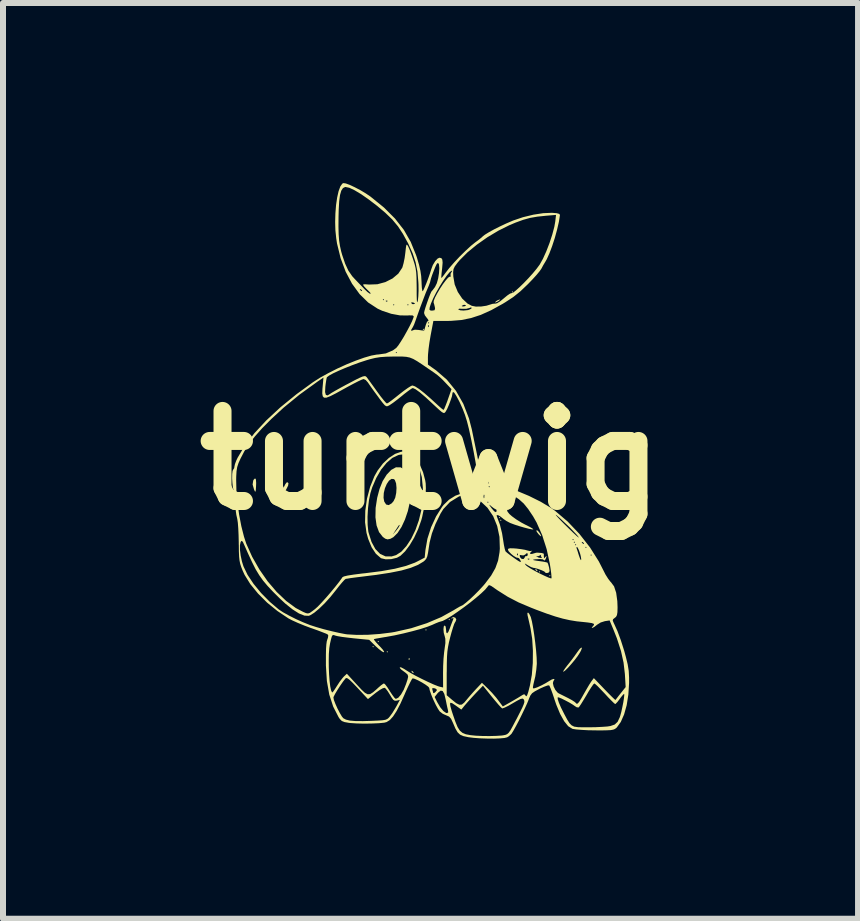
<source format=kicad_pcb>
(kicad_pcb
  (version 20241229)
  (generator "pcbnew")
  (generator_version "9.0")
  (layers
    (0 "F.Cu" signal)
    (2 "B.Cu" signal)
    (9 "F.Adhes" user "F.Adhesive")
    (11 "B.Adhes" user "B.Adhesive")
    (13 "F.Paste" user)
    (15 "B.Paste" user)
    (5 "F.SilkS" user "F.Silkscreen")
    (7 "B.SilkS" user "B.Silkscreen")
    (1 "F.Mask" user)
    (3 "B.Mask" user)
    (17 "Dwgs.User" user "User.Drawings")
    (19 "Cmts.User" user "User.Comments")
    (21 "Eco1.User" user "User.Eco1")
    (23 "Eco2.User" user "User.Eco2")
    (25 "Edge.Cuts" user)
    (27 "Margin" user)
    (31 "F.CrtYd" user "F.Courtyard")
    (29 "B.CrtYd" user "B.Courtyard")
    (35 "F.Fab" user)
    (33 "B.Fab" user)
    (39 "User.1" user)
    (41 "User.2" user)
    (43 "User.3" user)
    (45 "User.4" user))
  (footprint "turtwig"
    (layer "F.Cu")
    (at 4.121 4.617)
    (property "Reference" "turtwig" (at 0 0 0) (layer "F.SilkS") (effects (font (size 1.5 1.5) (thickness 0.3))))
    (attr board_only exclude_from_pos_files exclude_from_bom)
    (fp_poly (pts (xy -0.946 3.105) (xy -0.956 3.116) (xy -0.967 3.105) (xy -0.956 3.094)) (stroke (width 0) (type solid)) (fill yes) (layer "F.SilkS"))
    (fp_poly (pts (xy -0.86 3.019) (xy -0.87 3.03) (xy -0.881 3.019) (xy -0.87 3.008)) (stroke (width 0) (type solid)) (fill yes) (layer "F.SilkS"))
    (fp_poly (pts (xy -0.709 3.191) (xy -0.72 3.202) (xy -0.731 3.191) (xy -0.72 3.18)) (stroke (width 0) (type solid)) (fill yes) (layer "F.SilkS"))
    (fp_poly (pts (xy -0.107 -2.181) (xy -0.118 -2.17) (xy -0.129 -2.181) (xy -0.118 -2.192)) (stroke (width 0) (type solid)) (fill yes) (layer "F.SilkS"))
    (fp_poly (pts (xy -0.064 2.826) (xy -0.075 2.837) (xy -0.086 2.826) (xy -0.075 2.815)) (stroke (width 0) (type solid)) (fill yes) (layer "F.SilkS"))
    (fp_poly (pts (xy 0.322 2.654) (xy 0.312 2.665) (xy 0.301 2.654) (xy 0.312 2.643)) (stroke (width 0) (type solid)) (fill yes) (layer "F.SilkS"))
    (fp_poly (pts (xy 1.16 0.956) (xy 1.15 0.967) (xy 1.139 0.956) (xy 1.15 0.946)) (stroke (width 0) (type solid)) (fill yes) (layer "F.SilkS"))
    (fp_poly (pts (xy 1.182 0.999) (xy 1.171 1.01) (xy 1.16 0.999) (xy 1.171 0.988)) (stroke (width 0) (type solid)) (fill yes) (layer "F.SilkS"))
    (fp_poly (pts (xy 1.375 -2.804) (xy 1.365 -2.794) (xy 1.354 -2.804) (xy 1.365 -2.815)) (stroke (width 0) (type solid)) (fill yes) (layer "F.SilkS"))
    (fp_poly (pts (xy 1.827 1.859) (xy 1.816 1.87) (xy 1.805 1.859) (xy 1.816 1.848)) (stroke (width 0) (type solid)) (fill yes) (layer "F.SilkS"))
    (fp_poly (pts (xy 1.998 1.923) (xy 1.988 1.934) (xy 1.977 1.923) (xy 1.988 1.913)) (stroke (width 0) (type solid)) (fill yes) (layer "F.SilkS"))
    (fp_poly (pts (xy -0.351 3.295) (xy -0.348 3.32) (xy -0.351 3.324) (xy -0.364 3.321) (xy -0.365 3.309) (xy -0.357 3.292)) (stroke (width 0) (type solid)) (fill yes) (layer "F.SilkS"))
    (fp_poly (pts (xy -0.304 3.511) (xy -0.281 3.533) (xy -0.286 3.545) (xy -0.289 3.546) (xy -0.307 3.53) (xy -0.314 3.521) (xy -0.316 3.506)) (stroke (width 0) (type solid)) (fill yes) (layer "F.SilkS"))
    (fp_poly (pts (xy 1.759 1.814) (xy 1.782 1.835) (xy 1.777 1.848) (xy 1.774 1.848) (xy 1.756 1.833) (xy 1.749 1.823) (xy 1.747 1.809)) (stroke (width 0) (type solid)) (fill yes) (layer "F.SilkS"))
    (fp_poly (pts (xy 1.16 -2.677) (xy 1.144 -2.66) (xy 1.117 -2.643) (xy 1.084 -2.629) (xy 1.074 -2.631) (xy 1.091 -2.648) (xy 1.117 -2.665) (xy 1.151 -2.678)) (stroke (width 0) (type solid)) (fill yes) (layer "F.SilkS"))
    (fp_poly (pts (xy 1.78 1.169) (xy 1.783 1.171) (xy 1.805 1.193) (xy 1.828 1.228) (xy 1.843 1.258) (xy 1.841 1.268) (xy 1.823 1.254) (xy 1.798 1.229) (xy 1.77 1.191) (xy 1.763 1.168)) (stroke (width 0) (type solid)) (fill yes) (layer "F.SilkS"))
    (fp_poly (pts (xy -2.908 0.32) (xy -2.904 0.379) (xy -2.906 0.433) (xy -2.91 0.498) (xy -2.916 0.524) (xy -2.925 0.518) (xy -2.939 0.487) (xy -2.963 0.404) (xy -2.953 0.339) (xy -2.945 0.323) (xy -2.922 0.301)) (stroke (width 0) (type solid)) (fill yes) (layer "F.SilkS"))
    (fp_poly (pts (xy -2.366 0.381) (xy -2.372 0.423) (xy -2.403 0.485) (xy -2.418 0.507) (xy -2.451 0.55) (xy -2.469 0.559) (xy -2.471 0.55) (xy -2.463 0.503) (xy -2.442 0.446) (xy -2.417 0.396) (xy -2.393 0.367) (xy -2.386 0.365)) (stroke (width 0) (type solid)) (fill yes) (layer "F.SilkS"))
    (fp_poly (pts (xy 2.522 3.128) (xy 2.508 3.168) (xy 2.49 3.202) (xy 2.454 3.258) (xy 2.404 3.325) (xy 2.347 3.393) (xy 2.292 3.455) (xy 2.245 3.501) (xy 2.215 3.523) (xy 2.211 3.524) (xy 2.214 3.509) (xy 2.239 3.47) (xy 2.282 3.413) (xy 2.29 3.404) (xy 2.349 3.329) (xy 2.405 3.253) (xy 2.443 3.199) (xy 2.485 3.143) (xy 2.513 3.119)) (stroke (width 0) (type solid)) (fill yes) (layer "F.SilkS"))
    (fp_poly (pts (xy -0.497 0.118) (xy -0.433 0.158) (xy -0.382 0.232) (xy -0.346 0.339) (xy -0.332 0.423) (xy -0.329 0.559) (xy -0.345 0.704) (xy -0.378 0.849) (xy -0.425 0.987) (xy -0.482 1.11) (xy -0.548 1.211) (xy -0.618 1.281) (xy -0.667 1.308) (xy -0.715 1.318) (xy -0.754 1.306) (xy -0.795 1.276) (xy -0.826 1.236) (xy -0.627 1.236) (xy -0.571 1.171) (xy -0.536 1.125) (xy -0.517 1.092) (xy -0.516 1.087) (xy -0.517 1.075) (xy -0.524 1.079) (xy -0.542 1.105) (xy -0.578 1.16) (xy -0.627 1.236) (xy -0.826 1.236) (xy -0.857 1.197) (xy -0.898 1.086) (xy -0.917 0.95) (xy -0.914 0.794) (xy -0.888 0.625) (xy -0.888 0.625) (xy -0.782 0.625) (xy -0.771 0.687) (xy -0.739 0.737) (xy -0.696 0.747) (xy -0.646 0.717) (xy -0.615 0.681) (xy -0.587 0.622) (xy -0.571 0.544) (xy -0.566 0.461) (xy -0.573 0.385) (xy -0.593 0.331) (xy -0.608 0.314) (xy -0.649 0.31) (xy -0.691 0.339) (xy -0.728 0.394) (xy -0.759 0.466) (xy -0.778 0.545) (xy -0.782 0.625) (xy -0.888 0.625) (xy -0.849 0.478) (xy -0.797 0.348) (xy -0.73 0.24) (xy -0.655 0.161) (xy -0.577 0.118) (xy -0.571 0.117)) (stroke (width 0) (type solid)) (fill yes) (layer "F.SilkS"))
    (fp_poly (pts (xy -0.395 -0.141) (xy -0.317 -0.101) (xy -0.243 -0.026) (xy -0.177 0.077) (xy -0.124 0.199) (xy -0.088 0.335) (xy -0.08 0.385) (xy -0.077 0.468) (xy -0.083 0.579) (xy -0.096 0.705) (xy -0.115 0.832) (xy -0.139 0.946) (xy -0.153 0.998) (xy -0.206 1.148) (xy -0.272 1.289) (xy -0.346 1.414) (xy -0.423 1.517) (xy -0.5 1.591) (xy -0.559 1.624) (xy -0.654 1.647) (xy -0.746 1.65) (xy -0.819 1.633) (xy -0.827 1.629) (xy -0.909 1.558) (xy -0.98 1.451) (xy -1.038 1.31) (xy -1.066 1.209) (xy -1.09 1.034) (xy -1.088 0.943) (xy -1.049 0.943) (xy -1.047 1.075) (xy -1.036 1.183) (xy -1.031 1.206) (xy -0.982 1.361) (xy -0.918 1.479) (xy -0.84 1.559) (xy -0.749 1.601) (xy -0.648 1.602) (xy -0.574 1.58) (xy -0.486 1.523) (xy -0.401 1.429) (xy -0.321 1.307) (xy -0.251 1.162) (xy -0.194 1.001) (xy -0.153 0.832) (xy -0.133 0.677) (xy -0.127 0.461) (xy -0.145 0.28) (xy -0.186 0.132) (xy -0.253 0.015) (xy -0.29 -0.027) (xy -0.359 -0.081) (xy -0.43 -0.101) (xy -0.517 -0.091) (xy -0.537 -0.086) (xy -0.635 -0.04) (xy -0.731 0.043) (xy -0.823 0.156) (xy -0.903 0.294) (xy -0.97 0.449) (xy -1.001 0.548) (xy -1.025 0.665) (xy -1.041 0.802) (xy -1.049 0.943) (xy -1.088 0.943) (xy -1.086 0.84) (xy -1.058 0.639) (xy -1.006 0.444) (xy -0.934 0.265) (xy -0.88 0.17) (xy -0.792 0.054) (xy -0.693 -0.039) (xy -0.59 -0.106) (xy -0.49 -0.142) (xy -0.399 -0.142)) (stroke (width 0) (type solid)) (fill yes) (layer "F.SilkS"))
    (fp_poly (pts (xy -1.41 -4.611) (xy -1.342 -4.586) (xy -1.258 -4.546) (xy -1.166 -4.498) (xy -1.076 -4.444) (xy -0.998 -4.391) (xy -0.997 -4.39) (xy -0.775 -4.21) (xy -0.592 -4.027) (xy -0.444 -3.838) (xy -0.329 -3.637) (xy -0.241 -3.42) (xy -0.227 -3.379) (xy -0.191 -3.256) (xy -0.168 -3.157) (xy -0.155 -3.068) (xy -0.149 -2.971) (xy -0.148 -2.939) (xy -0.144 -2.872) (xy -0.137 -2.827) (xy -0.131 -2.815) (xy -0.118 -2.834) (xy -0.096 -2.883) (xy -0.068 -2.951) (xy -0.038 -3.029) (xy -0.011 -3.106) (xy 0.01 -3.172) (xy 0.012 -3.18) (xy 0.039 -3.252) (xy 0.078 -3.316) (xy 0.119 -3.36) (xy 0.15 -3.374) (xy 0.181 -3.367) (xy 0.197 -3.342) (xy 0.202 -3.292) (xy 0.195 -3.209) (xy 0.192 -3.18) (xy 0.184 -3.109) (xy 0.18 -3.056) (xy 0.18 -3.036) (xy 0.195 -3.049) (xy 0.225 -3.087) (xy 0.249 -3.12) (xy 0.311 -3.2) (xy 0.394 -3.295) (xy 0.489 -3.396) (xy 0.586 -3.491) (xy 0.675 -3.573) (xy 0.741 -3.626) (xy 0.803 -3.672) (xy 0.851 -3.711) (xy 0.872 -3.731) (xy 0.907 -3.758) (xy 0.972 -3.798) (xy 1.059 -3.846) (xy 1.159 -3.896) (xy 1.261 -3.944) (xy 1.359 -3.986) (xy 1.375 -3.993) (xy 1.541 -4.049) (xy 1.714 -4.091) (xy 1.878 -4.116) (xy 2.021 -4.122) (xy 2.024 -4.122) (xy 2.101 -4.116) (xy 2.142 -4.105) (xy 2.156 -4.089) (xy 2.156 -4.083) (xy 2.139 -3.973) (xy 2.109 -3.843) (xy 2.071 -3.704) (xy 2.027 -3.569) (xy 1.981 -3.447) (xy 1.937 -3.349) (xy 1.914 -3.309) (xy 1.878 -3.249) (xy 1.847 -3.191) (xy 1.82 -3.152) (xy 1.769 -3.09) (xy 1.702 -3.016) (xy 1.625 -2.936) (xy 1.622 -2.933) (xy 1.498 -2.815) (xy 1.379 -2.719) (xy 1.246 -2.632) (xy 1.203 -2.606) (xy 1.011 -2.5) (xy 0.838 -2.422) (xy 0.676 -2.369) (xy 0.512 -2.336) (xy 0.338 -2.322) (xy 0.259 -2.321) (xy 0.048 -2.321) (xy 0.002 -2.079) (xy -0.017 -1.967) (xy -0.032 -1.857) (xy -0.041 -1.764) (xy -0.043 -1.716) (xy -0.043 -1.594) (xy 0.094 -1.497) (xy 0.272 -1.343) (xy 0.424 -1.157) (xy 0.547 -0.941) (xy 0.641 -0.697) (xy 0.688 -0.516) (xy 0.726 -0.331) (xy 0.757 -0.182) (xy 0.781 -0.065) (xy 0.798 0.027) (xy 0.811 0.1) (xy 0.821 0.158) (xy 0.827 0.208) (xy 0.83 0.231) (xy 0.839 0.301) (xy 0.849 0.349) (xy 0.857 0.365) (xy 0.883 0.369) (xy 0.94 0.378) (xy 1.019 0.392) (xy 1.05 0.397) (xy 1.234 0.441) (xy 1.436 0.508) (xy 1.641 0.594) (xy 1.836 0.691) (xy 2.008 0.794) (xy 2.075 0.842) (xy 2.284 1.02) (xy 2.481 1.227) (xy 2.657 1.452) (xy 2.804 1.685) (xy 2.873 1.82) (xy 2.915 1.903) (xy 2.961 1.976) (xy 3 2.026) (xy 3.007 2.032) (xy 3.058 2.101) (xy 3.093 2.207) (xy 3.112 2.346) (xy 3.116 2.449) (xy 3.114 2.53) (xy 3.106 2.579) (xy 3.09 2.609) (xy 3.07 2.625) (xy 3.041 2.648) (xy 3.036 2.671) (xy 3.053 2.712) (xy 3.061 2.728) (xy 3.115 2.847) (xy 3.171 2.999) (xy 3.227 3.175) (xy 3.255 3.278) (xy 3.285 3.401) (xy 3.302 3.508) (xy 3.308 3.62) (xy 3.308 3.711) (xy 3.296 3.903) (xy 3.268 4.08) (xy 3.225 4.234) (xy 3.17 4.359) (xy 3.105 4.449) (xy 3.095 4.459) (xy 3.072 4.476) (xy 3.044 4.487) (xy 3.001 4.495) (xy 2.937 4.498) (xy 2.844 4.5) (xy 2.742 4.499) (xy 2.624 4.497) (xy 2.515 4.491) (xy 2.427 4.484) (xy 2.369 4.475) (xy 2.361 4.472) (xy 2.294 4.43) (xy 2.227 4.347) (xy 2.16 4.227) (xy 2.096 4.073) (xy 2.063 3.977) (xy 2.119 3.977) (xy 2.138 4.036) (xy 2.174 4.12) (xy 2.226 4.223) (xy 2.231 4.233) (xy 2.277 4.319) (xy 2.314 4.378) (xy 2.35 4.415) (xy 2.394 4.437) (xy 2.457 4.446) (xy 2.546 4.448) (xy 2.641 4.448) (xy 2.754 4.446) (xy 2.858 4.441) (xy 2.944 4.435) (xy 2.997 4.427) (xy 3.069 4.402) (xy 3.117 4.357) (xy 3.152 4.283) (xy 3.161 4.256) (xy 3.179 4.19) (xy 3.196 4.111) (xy 3.212 4.031) (xy 3.223 3.96) (xy 3.228 3.91) (xy 3.226 3.89) (xy 3.226 3.89) (xy 3.207 3.906) (xy 3.173 3.947) (xy 3.152 3.976) (xy 3.114 4.026) (xy 3.085 4.056) (xy 3.077 4.061) (xy 3.057 4.046) (xy 3.016 4.006) (xy 2.958 3.947) (xy 2.905 3.889) (xy 2.839 3.82) (xy 2.784 3.763) (xy 2.744 3.727) (xy 2.729 3.718) (xy 2.711 3.735) (xy 2.678 3.782) (xy 2.634 3.851) (xy 2.599 3.912) (xy 2.55 3.993) (xy 2.508 4.061) (xy 2.478 4.105) (xy 2.467 4.118) (xy 2.437 4.115) (xy 2.411 4.099) (xy 2.371 4.071) (xy 2.313 4.036) (xy 2.247 4.001) (xy 2.185 3.97) (xy 2.139 3.951) (xy 2.119 3.948) (xy 2.119 3.977) (xy 2.063 3.977) (xy 2.062 3.972) (xy 2.032 3.883) (xy 2.005 3.81) (xy 1.984 3.762) (xy 1.976 3.749) (xy 1.948 3.752) (xy 1.894 3.772) (xy 1.824 3.803) (xy 1.815 3.808) (xy 1.74 3.848) (xy 1.693 3.88) (xy 1.664 3.918) (xy 1.641 3.971) (xy 1.635 3.988) (xy 1.61 4.049) (xy 1.571 4.134) (xy 1.524 4.232) (xy 1.474 4.333) (xy 1.425 4.426) (xy 1.382 4.503) (xy 1.352 4.552) (xy 1.348 4.558) (xy 1.307 4.596) (xy 1.277 4.615) (xy 1.233 4.626) (xy 1.156 4.633) (xy 1.057 4.637) (xy 0.944 4.636) (xy 0.829 4.632) (xy 0.721 4.624) (xy 0.631 4.613) (xy 0.626 4.612) (xy 0.548 4.595) (xy 0.493 4.571) (xy 0.452 4.532) (xy 0.415 4.469) (xy 0.375 4.376) (xy 0.343 4.307) (xy 0.309 4.269) (xy 0.267 4.251) (xy 0.204 4.223) (xy 0.153 4.183) (xy 0.124 4.14) (xy 0.087 4.072) (xy 0.048 3.99) (xy 0.028 3.943) (xy 0.069 3.943) (xy 0.112 4.029) (xy 0.162 4.114) (xy 0.214 4.177) (xy 0.26 4.209) (xy 0.275 4.212) (xy 0.296 4.199) (xy 0.291 4.163) (xy 0.28 4.117) (xy 0.266 4.052) (xy 0.325 4.052) (xy 0.331 4.096) (xy 0.353 4.174) (xy 0.374 4.238) (xy 0.416 4.359) (xy 0.452 4.446) (xy 0.489 4.504) (xy 0.533 4.541) (xy 0.588 4.564) (xy 0.662 4.578) (xy 0.666 4.579) (xy 0.756 4.588) (xy 0.868 4.593) (xy 0.987 4.594) (xy 1.099 4.591) (xy 1.189 4.585) (xy 1.214 4.581) (xy 1.249 4.574) (xy 1.277 4.562) (xy 1.303 4.539) (xy 1.332 4.498) (xy 1.368 4.433) (xy 1.418 4.338) (xy 1.434 4.309) (xy 1.49 4.199) (xy 1.529 4.121) (xy 1.552 4.067) (xy 1.563 4.032) (xy 1.563 4.007) (xy 1.555 3.987) (xy 1.55 3.979) (xy 1.532 3.969) (xy 1.499 3.977) (xy 1.442 4.006) (xy 1.373 4.046) (xy 1.299 4.089) (xy 1.238 4.119) (xy 1.2 4.133) (xy 1.193 4.133) (xy 1.171 4.113) (xy 1.129 4.067) (xy 1.074 4.002) (xy 1.022 3.939) (xy 0.874 3.755) (xy 0.753 3.881) (xy 0.687 3.952) (xy 0.624 4.022) (xy 0.577 4.076) (xy 0.573 4.08) (xy 0.514 4.153) (xy 0.418 4.084) (xy 0.367 4.05) (xy 0.337 4.038) (xy 0.325 4.052) (xy 0.266 4.052) (xy 0.265 4.045) (xy 0.252 3.982) (xy 0.23 3.892) (xy 0.203 3.844) (xy 0.17 3.837) (xy 0.129 3.869) (xy 0.116 3.883) (xy 0.069 3.943) (xy 0.028 3.943) (xy 0.014 3.908) (xy -0.011 3.837) (xy -0.016 3.817) (xy 0.03 3.817) (xy 0.031 3.818) (xy 0.042 3.86) (xy 0.043 3.872) (xy 0.055 3.88) (xy 0.075 3.868) (xy 0.102 3.838) (xy 0.107 3.825) (xy 0.09 3.807) (xy 0.063 3.797) (xy 0.031 3.795) (xy 0.03 3.817) (xy -0.016 3.817) (xy -0.021 3.792) (xy -0.021 3.791) (xy -0.039 3.77) (xy -0.084 3.737) (xy -0.144 3.7) (xy -0.207 3.666) (xy -0.263 3.641) (xy -0.297 3.632) (xy -0.312 3.65) (xy -0.339 3.701) (xy -0.376 3.777) (xy -0.419 3.871) (xy -0.429 3.895) (xy -0.501 4.055) (xy -0.565 4.178) (xy -0.623 4.267) (xy -0.677 4.327) (xy -0.731 4.361) (xy -0.769 4.371) (xy -0.859 4.38) (xy -0.977 4.385) (xy -1.106 4.387) (xy -1.23 4.384) (xy -1.333 4.377) (xy -1.359 4.374) (xy -1.432 4.361) (xy -1.477 4.343) (xy -1.51 4.31) (xy -1.531 4.279) (xy -1.621 4.103) (xy -1.67 3.952) (xy -1.617 3.952) (xy -1.609 3.993) (xy -1.584 4.058) (xy -1.55 4.134) (xy -1.511 4.209) (xy -1.476 4.268) (xy -1.452 4.297) (xy -1.409 4.32) (xy -1.343 4.336) (xy -1.25 4.344) (xy -1.124 4.345) (xy -0.983 4.341) (xy -0.875 4.336) (xy -0.8 4.331) (xy -0.751 4.323) (xy -0.72 4.31) (xy -0.697 4.291) (xy -0.676 4.266) (xy -0.635 4.21) (xy -0.59 4.136) (xy -0.567 4.097) (xy -0.51 3.991) (xy -0.561 4.004) (xy -0.594 4.006) (xy -0.621 3.99) (xy -0.652 3.946) (xy -0.674 3.909) (xy -0.712 3.848) (xy -0.746 3.804) (xy -0.763 3.79) (xy -0.793 3.797) (xy -0.845 3.826) (xy -0.908 3.871) (xy -0.917 3.878) (xy -1.042 3.978) (xy -1.216 3.791) (xy -1.292 3.711) (xy -1.346 3.659) (xy -1.381 3.633) (xy -1.404 3.627) (xy -1.415 3.634) (xy -1.457 3.687) (xy -1.504 3.755) (xy -1.55 3.826) (xy -1.589 3.891) (xy -1.613 3.938) (xy -1.617 3.952) (xy -1.67 3.952) (xy -1.686 3.904) (xy -1.726 3.678) (xy -1.742 3.42) (xy -1.742 3.378) (xy -1.742 3.336) (xy -1.695 3.336) (xy -1.694 3.454) (xy -1.689 3.569) (xy -1.681 3.676) (xy -1.67 3.766) (xy -1.656 3.832) (xy -1.641 3.865) (xy -1.635 3.868) (xy -1.618 3.85) (xy -1.588 3.806) (xy -1.558 3.759) (xy -1.513 3.69) (xy -1.467 3.63) (xy -1.444 3.604) (xy -1.393 3.556) (xy -1.225 3.739) (xy -1.148 3.822) (xy -1.092 3.874) (xy -1.047 3.898) (xy -1.005 3.895) (xy -0.957 3.865) (xy -0.894 3.811) (xy -0.873 3.791) (xy -0.824 3.749) (xy -0.786 3.722) (xy -0.774 3.718) (xy -0.754 3.735) (xy -0.72 3.779) (xy -0.679 3.843) (xy -0.677 3.847) (xy -0.635 3.91) (xy -0.6 3.957) (xy -0.578 3.975) (xy -0.578 3.975) (xy -0.537 3.956) (xy -0.491 3.902) (xy -0.446 3.823) (xy -0.408 3.729) (xy -0.383 3.653) (xy -0.372 3.605) (xy -0.38 3.572) (xy -0.412 3.542) (xy -0.47 3.499) (xy -0.482 3.491) (xy -0.509 3.463) (xy -0.511 3.447) (xy -0.487 3.451) (xy -0.441 3.475) (xy -0.4 3.501) (xy -0.334 3.542) (xy -0.246 3.591) (xy -0.145 3.642) (xy -0.042 3.692) (xy 0.051 3.734) (xy 0.124 3.763) (xy 0.153 3.772) (xy 0.21 3.785) (xy 0.209 3.542) (xy 0.211 3.424) (xy 0.217 3.304) (xy 0.227 3.199) (xy 0.234 3.147) (xy 0.248 3.045) (xy 0.247 2.973) (xy 0.238 2.936) (xy 0.221 2.875) (xy 0.216 2.815) (xy 0.221 2.769) (xy 0.236 2.751) (xy 0.252 2.769) (xy 0.258 2.811) (xy 0.263 2.868) (xy 0.277 2.883) (xy 0.298 2.857) (xy 0.322 2.799) (xy 0.347 2.73) (xy 0.369 2.673) (xy 0.376 2.656) (xy 0.384 2.628) (xy 0.367 2.631) (xy 0.366 2.632) (xy 0.347 2.638) (xy 0.352 2.626) (xy 0.38 2.612) (xy 0.414 2.623) (xy 0.43 2.652) (xy 0.43 2.652) (xy 0.416 2.69) (xy 0.409 2.699) (xy 0.395 2.727) (xy 0.374 2.788) (xy 0.349 2.871) (xy 0.329 2.945) (xy 0.307 3.034) (xy 0.292 3.111) (xy 0.281 3.187) (xy 0.275 3.273) (xy 0.272 3.38) (xy 0.271 3.516) (xy 0.27 3.542) (xy 0.27 3.914) (xy 0.355 3.987) (xy 0.427 4.045) (xy 0.48 4.072) (xy 0.521 4.07) (xy 0.561 4.038) (xy 0.589 4.005) (xy 0.64 3.944) (xy 0.705 3.87) (xy 0.756 3.814) (xy 0.857 3.707) (xy 0.957 3.804) (xy 1.026 3.875) (xy 1.095 3.955) (xy 1.13 4.001) (xy 1.205 4.101) (xy 1.328 4.032) (xy 1.402 3.989) (xy 1.47 3.949) (xy 1.508 3.925) (xy 1.548 3.901) (xy 1.57 3.901) (xy 1.586 3.924) (xy 1.598 3.932) (xy 1.611 3.912) (xy 1.629 3.859) (xy 1.652 3.769) (xy 1.657 3.748) (xy 1.688 3.575) (xy 1.704 3.378) (xy 1.706 3.173) (xy 1.694 2.976) (xy 1.667 2.803) (xy 1.665 2.794) (xy 1.646 2.709) (xy 1.629 2.635) (xy 1.618 2.587) (xy 1.617 2.584) (xy 1.614 2.544) (xy 1.626 2.537) (xy 1.646 2.56) (xy 1.67 2.61) (xy 1.672 2.616) (xy 1.69 2.686) (xy 1.709 2.787) (xy 1.728 2.909) (xy 1.745 3.04) (xy 1.759 3.17) (xy 1.768 3.285) (xy 1.771 3.377) (xy 1.771 3.392) (xy 1.762 3.493) (xy 1.746 3.6) (xy 1.731 3.662) (xy 1.715 3.73) (xy 1.706 3.78) (xy 1.708 3.799) (xy 1.733 3.798) (xy 1.784 3.78) (xy 1.851 3.749) (xy 1.92 3.712) (xy 1.974 3.679) (xy 2.022 3.651) (xy 2.056 3.642) (xy 2.066 3.652) (xy 2.048 3.677) (xy 2.039 3.713) (xy 2.051 3.767) (xy 2.079 3.824) (xy 2.116 3.869) (xy 2.134 3.882) (xy 2.18 3.905) (xy 2.246 3.938) (xy 2.292 3.961) (xy 2.355 3.995) (xy 2.401 4.025) (xy 2.417 4.039) (xy 2.433 4.056) (xy 2.451 4.053) (xy 2.476 4.025) (xy 2.513 3.966) (xy 2.553 3.895) (xy 2.6 3.813) (xy 2.643 3.74) (xy 2.676 3.689) (xy 2.683 3.679) (xy 2.721 3.629) (xy 2.899 3.815) (xy 2.968 3.886) (xy 3.025 3.943) (xy 3.065 3.981) (xy 3.081 3.993) (xy 3.081 3.993) (xy 3.096 3.974) (xy 3.129 3.931) (xy 3.168 3.882) (xy 3.251 3.778) (xy 3.238 3.56) (xy 3.216 3.371) (xy 3.173 3.177) (xy 3.105 2.966) (xy 3.048 2.822) (xy 2.984 2.668) (xy 2.905 2.68) (xy 2.835 2.702) (xy 2.773 2.741) (xy 2.771 2.743) (xy 2.733 2.773) (xy 2.702 2.791) (xy 2.686 2.793) (xy 2.695 2.776) (xy 2.703 2.768) (xy 2.724 2.742) (xy 2.72 2.724) (xy 2.687 2.712) (xy 2.619 2.702) (xy 2.563 2.696) (xy 2.437 2.683) (xy 2.321 2.664) (xy 2.204 2.638) (xy 2.078 2.602) (xy 1.935 2.554) (xy 1.765 2.491) (xy 1.676 2.456) (xy 1.468 2.368) (xy 1.287 2.274) (xy 1.116 2.166) (xy 1.073 2.136) (xy 1.017 2.097) (xy 0.985 2.081) (xy 0.965 2.086) (xy 0.951 2.106) (xy 0.911 2.154) (xy 0.845 2.217) (xy 0.759 2.291) (xy 0.66 2.371) (xy 0.554 2.451) (xy 0.449 2.526) (xy 0.351 2.593) (xy 0.266 2.644) (xy 0.202 2.677) (xy 0.169 2.686) (xy 0.139 2.695) (xy 0.084 2.717) (xy 0.031 2.741) (xy -0.05 2.773) (xy -0.164 2.81) (xy -0.3 2.847) (xy -0.449 2.884) (xy -0.599 2.917) (xy -0.742 2.943) (xy -0.763 2.946) (xy -0.844 2.96) (xy -0.907 2.971) (xy -0.941 2.979) (xy -0.944 2.981) (xy -0.935 2.998) (xy -0.902 3.038) (xy -0.853 3.091) (xy -0.848 3.095) (xy -0.794 3.155) (xy -0.772 3.189) (xy -0.778 3.199) (xy -0.809 3.184) (xy -0.861 3.144) (xy -0.913 3.097) (xy -1.021 2.991) (xy -1.277 2.966) (xy -1.382 2.954) (xy -1.476 2.942) (xy -1.547 2.93) (xy -1.584 2.921) (xy -1.612 2.911) (xy -1.63 2.913) (xy -1.644 2.935) (xy -1.658 2.985) (xy -1.674 3.056) (xy -1.686 3.13) (xy -1.693 3.226) (xy -1.695 3.336) (xy -1.742 3.336) (xy -1.742 3.243) (xy -1.74 3.142) (xy -1.735 3.07) (xy -1.728 3.017) (xy -1.716 2.977) (xy -1.709 2.959) (xy -1.703 2.919) (xy -1.711 2.903) (xy -1.737 2.889) (xy -1.796 2.866) (xy -1.879 2.834) (xy -1.977 2.799) (xy -1.988 2.796) (xy -2.1 2.754) (xy -2.21 2.709) (xy -2.305 2.666) (xy -2.366 2.634) (xy -2.55 2.511) (xy -2.722 2.371) (xy -2.874 2.219) (xy -3.002 2.062) (xy -3.097 1.908) (xy -3.127 1.843) (xy -3.152 1.78) (xy -3.17 1.725) (xy -3.181 1.67) (xy -3.188 1.603) (xy -3.192 1.516) (xy -3.193 1.412) (xy -3.174 1.412) (xy -3.174 1.492) (xy -3.162 1.587) (xy -3.141 1.685) (xy -3.115 1.768) (xy -3.047 1.909) (xy -2.947 2.059) (xy -2.822 2.211) (xy -2.678 2.357) (xy -2.524 2.488) (xy -2.523 2.488) (xy -2.453 2.534) (xy -2.355 2.588) (xy -2.242 2.645) (xy -2.124 2.698) (xy -2.016 2.741) (xy -2.009 2.744) (xy -1.904 2.778) (xy -1.779 2.814) (xy -1.648 2.847) (xy -1.525 2.875) (xy -1.422 2.895) (xy -1.386 2.9) (xy -1.226 2.909) (xy -1.04 2.907) (xy -0.843 2.893) (xy -0.65 2.869) (xy -0.592 2.859) (xy -0.322 2.798) (xy -0.061 2.714) (xy 0.18 2.612) (xy 0.382 2.5) (xy 0.443 2.463) (xy 0.488 2.437) (xy 0.507 2.428) (xy 0.538 2.413) (xy 0.59 2.373) (xy 0.658 2.314) (xy 0.733 2.243) (xy 0.809 2.166) (xy 0.879 2.09) (xy 0.908 2.056) (xy 1.01 1.921) (xy 1.081 1.796) (xy 1.126 1.671) (xy 1.15 1.532) (xy 1.155 1.472) (xy 1.149 1.276) (xy 1.111 1.095) (xy 1.044 0.931) (xy 1.031 0.912) (xy 1.102 0.912) (xy 1.106 0.937) (xy 1.107 0.94) (xy 1.157 1.075) (xy 1.192 1.215) (xy 1.209 1.321) (xy 1.222 1.405) (xy 1.236 1.473) (xy 1.248 1.513) (xy 1.25 1.517) (xy 1.276 1.541) (xy 1.326 1.58) (xy 1.391 1.627) (xy 1.395 1.63) (xy 1.459 1.674) (xy 1.494 1.694) (xy 1.506 1.693) (xy 1.499 1.672) (xy 1.497 1.667) (xy 1.474 1.632) (xy 1.456 1.625) (xy 1.429 1.62) (xy 1.387 1.594) (xy 1.486 1.594) (xy 1.494 1.617) (xy 1.519 1.643) (xy 1.55 1.645) (xy 1.554 1.64) (xy 1.619 1.64) (xy 1.622 1.653) (xy 1.633 1.655) (xy 1.651 1.647) (xy 1.647 1.64) (xy 1.622 1.638) (xy 1.619 1.64) (xy 1.554 1.64) (xy 1.568 1.623) (xy 1.569 1.618) (xy 1.579 1.597) (xy 1.588 1.6) (xy 1.611 1.594) (xy 1.611 1.594) (xy 1.764 1.594) (xy 1.768 1.602) (xy 1.797 1.62) (xy 1.83 1.626) (xy 1.858 1.625) (xy 1.853 1.618) (xy 1.837 1.595) (xy 1.841 1.583) (xy 1.843 1.571) (xy 1.823 1.585) (xy 1.789 1.6) (xy 1.773 1.595) (xy 1.764 1.594) (xy 1.611 1.594) (xy 1.619 1.579) (xy 1.619 1.552) (xy 1.598 1.55) (xy 1.578 1.571) (xy 1.548 1.585) (xy 1.523 1.583) (xy 1.489 1.577) (xy 1.486 1.594) (xy 1.387 1.594) (xy 1.386 1.594) (xy 1.355 1.569) (xy 1.44 1.569) (xy 1.448 1.586) (xy 1.454 1.583) (xy 1.457 1.558) (xy 1.454 1.554) (xy 1.441 1.557) (xy 1.44 1.569) (xy 1.355 1.569) (xy 1.34 1.556) (xy 1.303 1.517) (xy 1.289 1.489) (xy 1.297 1.473) (xy 1.324 1.466) (xy 1.38 1.467) (xy 1.433 1.471) (xy 1.511 1.481) (xy 1.576 1.492) (xy 1.61 1.502) (xy 1.657 1.513) (xy 1.676 1.51) (xy 1.697 1.506) (xy 1.682 1.519) (xy 1.677 1.523) (xy 1.656 1.548) (xy 1.669 1.562) (xy 1.705 1.557) (xy 1.712 1.554) (xy 1.761 1.54) (xy 1.784 1.539) (xy 1.834 1.543) (xy 1.853 1.545) (xy 1.884 1.554) (xy 1.888 1.563) (xy 1.888 1.597) (xy 1.889 1.612) (xy 1.894 1.633) (xy 1.909 1.617) (xy 1.913 1.612) (xy 1.93 1.594) (xy 1.933 1.601) (xy 1.923 1.636) (xy 1.913 1.655) (xy 1.895 1.672) (xy 1.891 1.665) (xy 1.872 1.651) (xy 1.827 1.646) (xy 1.821 1.646) (xy 1.744 1.65) (xy 1.709 1.656) (xy 1.717 1.664) (xy 1.767 1.673) (xy 1.802 1.678) (xy 1.874 1.688) (xy 1.928 1.699) (xy 1.949 1.706) (xy 1.96 1.731) (xy 1.974 1.782) (xy 1.976 1.791) (xy 1.984 1.843) (xy 1.974 1.867) (xy 1.953 1.876) (xy 1.92 1.878) (xy 1.913 1.869) (xy 1.894 1.852) (xy 1.849 1.831) (xy 1.791 1.81) (xy 1.736 1.795) (xy 1.718 1.793) (xy 1.677 1.78) (xy 1.625 1.752) (xy 1.621 1.749) (xy 1.58 1.724) (xy 1.57 1.722) (xy 1.585 1.743) (xy 1.59 1.75) (xy 1.62 1.773) (xy 1.675 1.808) (xy 1.747 1.848) (xy 1.825 1.889) (xy 1.901 1.925) (xy 1.964 1.953) (xy 2.005 1.967) (xy 2.016 1.967) (xy 2.016 1.943) (xy 2.011 1.886) (xy 2 1.804) (xy 1.988 1.725) (xy 1.935 1.481) (xy 1.925 1.449) (xy 2.43 1.449) (xy 2.434 1.466) (xy 2.448 1.507) (xy 2.467 1.569) (xy 2.473 1.588) (xy 2.494 1.646) (xy 2.507 1.665) (xy 2.511 1.648) (xy 2.503 1.599) (xy 2.498 1.579) (xy 2.665 1.579) (xy 2.675 1.59) (xy 2.686 1.579) (xy 2.675 1.569) (xy 2.665 1.579) (xy 2.498 1.579) (xy 2.493 1.558) (xy 2.472 1.497) (xy 2.451 1.455) (xy 2.447 1.451) (xy 2.579 1.451) (xy 2.589 1.461) (xy 2.6 1.451) (xy 2.589 1.44) (xy 2.579 1.451) (xy 2.447 1.451) (xy 2.443 1.446) (xy 2.43 1.449) (xy 1.925 1.449) (xy 1.912 1.408) (xy 2.407 1.408) (xy 2.418 1.418) (xy 2.428 1.408) (xy 2.418 1.397) (xy 2.407 1.408) (xy 1.912 1.408) (xy 1.898 1.365) (xy 2.385 1.365) (xy 2.396 1.375) (xy 2.407 1.365) (xy 2.402 1.36) (xy 2.518 1.36) (xy 2.523 1.372) (xy 2.545 1.395) (xy 2.557 1.39) (xy 2.557 1.387) (xy 2.542 1.369) (xy 2.532 1.362) (xy 2.518 1.36) (xy 2.402 1.36) (xy 2.396 1.354) (xy 2.385 1.365) (xy 1.898 1.365) (xy 1.884 1.322) (xy 2.364 1.322) (xy 2.375 1.332) (xy 2.385 1.322) (xy 2.375 1.311) (xy 2.364 1.322) (xy 1.884 1.322) (xy 1.861 1.248) (xy 1.768 1.038) (xy 1.709 0.934) (xy 1.69 0.906) (xy 2.085 0.906) (xy 2.092 0.918) (xy 2.121 0.951) (xy 2.17 1.003) (xy 2.236 1.07) (xy 2.299 1.132) (xy 2.377 1.207) (xy 2.433 1.259) (xy 2.465 1.285) (xy 2.471 1.285) (xy 2.45 1.257) (xy 2.427 1.231) (xy 2.32 1.119) (xy 2.182 0.989) (xy 2.149 0.958) (xy 2.103 0.918) (xy 2.085 0.906) (xy 1.69 0.906) (xy 1.627 0.812) (xy 1.552 0.72) (xy 1.473 0.649) (xy 1.379 0.586) (xy 1.367 0.579) (xy 1.3 0.543) (xy 1.252 0.522) (xy 1.23 0.517) (xy 1.238 0.53) (xy 1.258 0.547) (xy 1.283 0.568) (xy 1.275 0.577) (xy 1.232 0.58) (xy 1.225 0.58) (xy 1.153 0.586) (xy 1.117 0.6) (xy 1.12 0.618) (xy 1.163 0.639) (xy 1.185 0.645) (xy 1.282 0.669) (xy 1.274 0.762) (xy 1.272 0.817) (xy 1.283 0.856) (xy 1.314 0.895) (xy 1.357 0.933) (xy 1.427 0.984) (xy 1.516 1.039) (xy 1.586 1.076) (xy 1.652 1.109) (xy 1.698 1.136) (xy 1.714 1.151) (xy 1.714 1.152) (xy 1.689 1.151) (xy 1.634 1.14) (xy 1.56 1.121) (xy 1.478 1.097) (xy 1.398 1.071) (xy 1.331 1.046) (xy 1.326 1.044) (xy 1.264 1.011) (xy 1.213 0.976) (xy 1.207 0.97) (xy 1.161 0.934) (xy 1.13 0.917) (xy 1.102 0.912) (xy 1.031 0.912) (xy 0.949 0.791) (xy 0.899 0.744) (xy 0.979 0.744) (xy 1 0.774) (xy 1.02 0.802) (xy 1.061 0.85) (xy 1.088 0.864) (xy 1.099 0.855) (xy 1.101 0.827) (xy 1.09 0.819) (xy 1.056 0.8) (xy 1.012 0.766) (xy 1.012 0.765) (xy 0.983 0.742) (xy 0.979 0.744) (xy 0.899 0.744) (xy 0.85 0.698) (xy 0.946 0.698) (xy 0.956 0.709) (xy 0.967 0.698) (xy 0.956 0.688) (xy 0.946 0.698) (xy 0.85 0.698) (xy 0.831 0.68) (xy 0.691 0.602) (xy 0.69 0.602) (xy 0.884 0.602) (xy 0.888 0.632) (xy 0.895 0.629) (xy 0.898 0.585) (xy 0.895 0.575) (xy 0.887 0.572) (xy 0.884 0.602) (xy 0.69 0.602) (xy 0.676 0.596) (xy 0.616 0.576) (xy 0.574 0.57) (xy 0.53 0.58) (xy 0.467 0.607) (xy 0.464 0.609) (xy 0.325 0.695) (xy 0.214 0.813) (xy 0.167 0.889) (xy 0.082 1.064) (xy 0.023 1.221) (xy -0.015 1.371) (xy -0.027 1.448) (xy -0.041 1.541) (xy -0.054 1.602) (xy -0.071 1.641) (xy -0.096 1.67) (xy -0.117 1.688) (xy -0.209 1.743) (xy -0.33 1.792) (xy -0.484 1.836) (xy -0.674 1.874) (xy -0.902 1.909) (xy -1.01 1.922) (xy -1.12 1.936) (xy -1.218 1.948) (xy -1.294 1.958) (xy -1.339 1.964) (xy -1.343 1.965) (xy -1.391 1.973) (xy -1.411 1.975) (xy -1.433 1.992) (xy -1.474 2.037) (xy -1.528 2.102) (xy -1.577 2.165) (xy -1.668 2.278) (xy -1.762 2.382) (xy -1.855 2.472) (xy -1.938 2.541) (xy -2.006 2.583) (xy -2.028 2.591) (xy -2.099 2.588) (xy -2.191 2.552) (xy -2.299 2.483) (xy -2.421 2.385) (xy -2.512 2.3) (xy -2.624 2.189) (xy -2.714 2.093) (xy -2.789 2.004) (xy -2.853 1.914) (xy -2.913 1.815) (xy -2.972 1.698) (xy -3.038 1.556) (xy -3.099 1.418) (xy -3.124 1.363) (xy -3.142 1.342) (xy -3.156 1.351) (xy -3.163 1.362) (xy -3.174 1.412) (xy -3.193 1.412) (xy -3.194 1.398) (xy -3.194 1.365) (xy -3.197 1.245) (xy -3.202 1.134) (xy -3.209 1.043) (xy -3.218 0.981) (xy -3.221 0.967) (xy -3.234 0.91) (xy -3.246 0.826) (xy -3.256 0.731) (xy -3.258 0.709) (xy -3.265 0.622) (xy -3.272 0.548) (xy -3.28 0.502) (xy -3.282 0.494) (xy -3.293 0.445) (xy -3.3 0.375) (xy -3.303 0.322) (xy -3.237 0.322) (xy -3.233 0.503) (xy -3.216 0.701) (xy -3.188 0.904) (xy -3.151 1.098) (xy -3.107 1.272) (xy -3.07 1.386) (xy -2.971 1.607) (xy -2.85 1.819) (xy -2.713 2.016) (xy -2.562 2.193) (xy -2.404 2.343) (xy -2.244 2.461) (xy -2.121 2.526) (xy -2.074 2.546) (xy -2.041 2.552) (xy -2.01 2.542) (xy -1.966 2.511) (xy -1.925 2.48) (xy -1.878 2.438) (xy -1.813 2.37) (xy -1.737 2.286) (xy -1.657 2.193) (xy -1.582 2.102) (xy -1.518 2.021) (xy -1.473 1.958) (xy -1.468 1.949) (xy -1.442 1.935) (xy -1.379 1.92) (xy -1.277 1.904) (xy -1.135 1.886) (xy -1.085 1.881) (xy -0.819 1.847) (xy -0.594 1.807) (xy -0.409 1.76) (xy -0.261 1.706) (xy -0.214 1.683) (xy -0.097 1.622) (xy -0.084 1.493) (xy -0.051 1.306) (xy 0.01 1.115) (xy 0.093 0.935) (xy 0.192 0.778) (xy 0.217 0.745) (xy 0.309 0.656) (xy 0.415 0.59) (xy 0.524 0.551) (xy 0.629 0.541) (xy 0.72 0.564) (xy 0.731 0.569) (xy 0.776 0.592) (xy 0.803 0.601) (xy 0.813 0.581) (xy 0.814 0.525) (xy 0.81 0.466) (xy 0.86 0.466) (xy 0.867 0.487) (xy 0.876 0.482) (xy 0.876 0.481) (xy 1.145 0.481) (xy 1.16 0.494) (xy 1.195 0.514) (xy 1.199 0.506) (xy 1.193 0.494) (xy 1.161 0.474) (xy 1.154 0.473) (xy 1.145 0.481) (xy 0.876 0.481) (xy 0.892 0.466) (xy 1.045 0.466) (xy 1.074 0.469) (xy 1.105 0.466) (xy 1.101 0.459) (xy 1.057 0.456) (xy 1.048 0.459) (xy 1.045 0.466) (xy 0.892 0.466) (xy 0.908 0.45) (xy 0.913 0.446) (xy 0.914 0.441) (xy 0.967 0.441) (xy 0.978 0.451) (xy 0.988 0.441) (xy 0.978 0.43) (xy 0.967 0.441) (xy 0.914 0.441) (xy 0.915 0.433) (xy 0.897 0.43) (xy 0.865 0.446) (xy 0.86 0.466) (xy 0.81 0.466) (xy 0.808 0.435) (xy 0.794 0.319) (xy 0.774 0.18) (xy 0.749 0.023) (xy 0.718 -0.146) (xy 0.683 -0.323) (xy 0.674 -0.365) (xy 0.64 -0.522) (xy 0.608 -0.648) (xy 0.575 -0.754) (xy 0.537 -0.853) (xy 0.491 -0.956) (xy 0.478 -0.983) (xy 0.43 -1.073) (xy 0.396 -1.125) (xy 0.374 -1.138) (xy 0.365 -1.112) (xy 0.365 -1.107) (xy 0.357 -1.064) (xy 0.335 -0.998) (xy 0.307 -0.923) (xy 0.277 -0.854) (xy 0.251 -0.808) (xy 0.25 -0.806) (xy 0.235 -0.79) (xy 0.217 -0.788) (xy 0.19 -0.802) (xy 0.148 -0.837) (xy 0.084 -0.896) (xy 0.04 -0.937) (xy -0.081 -1.049) (xy -0.178 -1.132) (xy -0.249 -1.183) (xy -0.293 -1.203) (xy -0.296 -1.203) (xy -0.32 -1.191) (xy -0.369 -1.156) (xy -0.435 -1.106) (xy -0.475 -1.073) (xy -0.551 -1.012) (xy -0.621 -0.959) (xy -0.674 -0.923) (xy -0.69 -0.913) (xy -0.716 -0.901) (xy -0.738 -0.901) (xy -0.762 -0.917) (xy -0.796 -0.956) (xy -0.846 -1.021) (xy -0.874 -1.06) (xy -0.934 -1.141) (xy -0.988 -1.216) (xy -1.028 -1.274) (xy -1.042 -1.295) (xy -1.078 -1.336) (xy -1.113 -1.353) (xy -1.115 -1.353) (xy -1.145 -1.343) (xy -1.205 -1.315) (xy -1.287 -1.273) (xy -1.386 -1.22) (xy -1.451 -1.184) (xy -1.576 -1.115) (xy -1.668 -1.068) (xy -1.733 -1.043) (xy -1.774 -1.043) (xy -1.795 -1.066) (xy -1.803 -1.115) (xy -1.802 -1.136) (xy -1.756 -1.136) (xy -1.743 -1.089) (xy -1.714 -1.08) (xy -1.68 -1.101) (xy -1.649 -1.122) (xy -1.587 -1.158) (xy -1.503 -1.205) (xy -1.405 -1.258) (xy -1.368 -1.277) (xy -1.261 -1.334) (xy -1.184 -1.372) (xy -1.133 -1.394) (xy -1.1 -1.402) (xy -1.08 -1.399) (xy -1.066 -1.387) (xy -1.062 -1.383) (xy -1.038 -1.35) (xy -0.994 -1.29) (xy -0.939 -1.214) (xy -0.889 -1.144) (xy -0.831 -1.065) (xy -0.78 -1.001) (xy -0.743 -0.959) (xy -0.726 -0.946) (xy -0.702 -0.958) (xy -0.653 -0.993) (xy -0.586 -1.045) (xy -0.522 -1.096) (xy -0.444 -1.157) (xy -0.375 -1.206) (xy -0.323 -1.238) (xy -0.3 -1.246) (xy -0.258 -1.231) (xy -0.191 -1.188) (xy -0.103 -1.119) (xy 0.002 -1.028) (xy 0.077 -0.959) (xy 0.138 -0.903) (xy 0.186 -0.861) (xy 0.214 -0.84) (xy 0.217 -0.839) (xy 0.229 -0.857) (xy 0.25 -0.907) (xy 0.278 -0.979) (xy 0.289 -1.011) (xy 0.35 -1.185) (xy 0.266 -1.274) (xy 0.209 -1.334) (xy 0.163 -1.378) (xy 0.118 -1.417) (xy 0.061 -1.459) (xy -0.019 -1.514) (xy -0.03 -1.521) (xy -0.139 -1.596) (xy -0.223 -1.651) (xy -0.288 -1.688) (xy -0.345 -1.711) (xy -0.403 -1.723) (xy -0.471 -1.728) (xy -0.558 -1.728) (xy -0.612 -1.728) (xy -0.738 -1.725) (xy -0.837 -1.718) (xy -0.924 -1.704) (xy -1.014 -1.682) (xy -1.064 -1.667) (xy -1.181 -1.629) (xy -1.303 -1.584) (xy -1.422 -1.537) (xy -1.53 -1.491) (xy -1.622 -1.448) (xy -1.689 -1.411) (xy -1.724 -1.384) (xy -1.728 -1.378) (xy -1.736 -1.338) (xy -1.746 -1.272) (xy -1.752 -1.222) (xy -1.756 -1.136) (xy -1.802 -1.136) (xy -1.8 -1.189) (xy -1.796 -1.231) (xy -1.783 -1.378) (xy -1.885 -1.308) (xy -2.182 -1.093) (xy -2.447 -0.876) (xy -2.649 -0.69) (xy -2.802 -0.536) (xy -2.924 -0.399) (xy -3.023 -0.272) (xy -3.103 -0.146) (xy -3.165 -0.027) (xy -3.199 0.049) (xy -3.22 0.114) (xy -3.231 0.182) (xy -3.236 0.271) (xy -3.237 0.322) (xy -3.303 0.322) (xy -3.304 0.299) (xy -3.303 0.229) (xy -3.297 0.179) (xy -3.29 0.162) (xy -3.27 0.131) (xy -3.266 0.105) (xy -3.257 0.063) (xy -3.233 -0.000139) (xy -3.213 -0.042) (xy -3.093 -0.243) (xy -2.932 -0.452) (xy -2.733 -0.666) (xy -2.499 -0.883) (xy -2.23 -1.102) (xy -1.958 -1.3) (xy -1.839 -1.376) (xy -1.701 -1.452) (xy -1.551 -1.528) (xy -1.397 -1.598) (xy -1.246 -1.659) (xy -1.106 -1.709) (xy -0.986 -1.744) (xy -0.892 -1.761) (xy -0.87 -1.762) (xy -0.743 -1.78) (xy -0.711 -1.794) (xy -0.58 -1.794) (xy -0.569 -1.784) (xy -0.559 -1.794) (xy -0.569 -1.805) (xy -0.58 -1.794) (xy -0.711 -1.794) (xy -0.627 -1.83) (xy -0.572 -1.87) (xy -0.539 -1.909) (xy -0.495 -1.975) (xy -0.444 -2.058) (xy -0.393 -2.149) (xy -0.379 -2.175) (xy -0.32 -2.175) (xy -0.32 -2.155) (xy -0.304 -2.159) (xy -0.3 -2.163) (xy -0.261 -2.175) (xy -0.196 -2.171) (xy -0.192 -2.17) (xy -0.138 -2.162) (xy -0.107 -2.161) (xy -0.105 -2.163) (xy -0.098 -2.187) (xy -0.084 -2.235) (xy -0.043 -2.235) (xy -0.035 -2.217) (xy -0.029 -2.221) (xy -0.026 -2.246) (xy -0.029 -2.249) (xy -0.041 -2.246) (xy -0.043 -2.235) (xy -0.084 -2.235) (xy -0.076 -2.261) (xy -0.065 -2.289) (xy -0.043 -2.289) (xy -0.032 -2.278) (xy -0.021 -2.289) (xy -0.032 -2.299) (xy -0.043 -2.289) (xy -0.065 -2.289) (xy -0.06 -2.302) (xy -0.045 -2.319) (xy -0.037 -2.321) (xy -0.034 -2.334) (xy -0.056 -2.366) (xy -0.061 -2.371) (xy -0.094 -2.415) (xy -0.107 -2.453) (xy -0.101 -2.487) (xy -0.094 -2.51) (xy -0.018 -2.51) (xy 0.001 -2.494) (xy 0.028 -2.493) (xy 0.067 -2.499) (xy 0.073 -2.516) (xy 0.462 -2.516) (xy 0.463 -2.513) (xy 0.494 -2.498) (xy 0.551 -2.494) (xy 0.619 -2.501) (xy 0.639 -2.506) (xy 0.677 -2.524) (xy 0.688 -2.539) (xy 0.672 -2.546) (xy 0.646 -2.536) (xy 0.596 -2.523) (xy 0.532 -2.523) (xy 0.527 -2.523) (xy 0.479 -2.525) (xy 0.462 -2.516) (xy 0.073 -2.516) (xy 0.076 -2.525) (xy 0.073 -2.55) (xy 0.068 -2.57) (xy 0.518 -2.57) (xy 0.53 -2.563) (xy 0.557 -2.563) (xy 0.587 -2.572) (xy 0.589 -2.582) (xy 0.563 -2.59) (xy 0.547 -2.586) (xy 0.518 -2.57) (xy 0.068 -2.57) (xy 0.061 -2.599) (xy 0.052 -2.625) (xy 0.054 -2.656) (xy 0.075 -2.71) (xy 0.112 -2.78) (xy 0.157 -2.857) (xy 0.206 -2.932) (xy 0.254 -2.996) (xy 0.294 -3.042) (xy 0.323 -3.06) (xy 0.328 -3.059) (xy 0.34 -3.058) (xy 0.335 -3.071) (xy 0.334 -3.106) (xy 0.347 -3.13) (xy 0.377 -3.13) (xy 0.38 -3.062) (xy 0.403 -2.929) (xy 0.455 -2.803) (xy 0.528 -2.694) (xy 0.616 -2.611) (xy 0.688 -2.573) (xy 0.755 -2.56) (xy 0.843 -2.561) (xy 0.93 -2.574) (xy 0.979 -2.589) (xy 1.035 -2.606) (xy 1.077 -2.61) (xy 1.082 -2.609) (xy 1.111 -2.617) (xy 1.161 -2.648) (xy 1.22 -2.696) (xy 1.221 -2.697) (xy 1.279 -2.745) (xy 1.325 -2.776) (xy 1.351 -2.784) (xy 1.352 -2.784) (xy 1.376 -2.792) (xy 1.422 -2.828) (xy 1.483 -2.883) (xy 1.555 -2.953) (xy 1.63 -3.031) (xy 1.702 -3.111) (xy 1.766 -3.188) (xy 1.815 -3.254) (xy 1.82 -3.261) (xy 1.873 -3.356) (xy 1.929 -3.48) (xy 1.983 -3.62) (xy 2.029 -3.761) (xy 2.063 -3.89) (xy 2.078 -3.974) (xy 2.091 -4.087) (xy 1.921 -4.073) (xy 1.779 -4.058) (xy 1.658 -4.037) (xy 1.543 -4.005) (xy 1.417 -3.959) (xy 1.315 -3.916) (xy 1.132 -3.825) (xy 0.948 -3.715) (xy 0.773 -3.592) (xy 0.616 -3.463) (xy 0.488 -3.335) (xy 0.449 -3.289) (xy 0.405 -3.23) (xy 0.383 -3.184) (xy 0.377 -3.13) (xy 0.347 -3.13) (xy 0.347 -3.131) (xy 0.363 -3.156) (xy 0.35 -3.157) (xy 0.316 -3.13) (xy 0.268 -3.072) (xy 0.212 -2.991) (xy 0.153 -2.897) (xy 0.096 -2.797) (xy 0.046 -2.699) (xy 0.008 -2.612) (xy -0.012 -2.552) (xy -0.018 -2.51) (xy -0.094 -2.51) (xy -0.083 -2.548) (xy -0.058 -2.622) (xy -0.031 -2.698) (xy -0.006 -2.763) (xy 0.013 -2.806) (xy 0.019 -2.815) (xy 0.039 -2.838) (xy 0.072 -2.882) (xy 0.078 -2.892) (xy 0.106 -2.95) (xy 0.128 -3.03) (xy 0.142 -3.119) (xy 0.147 -3.201) (xy 0.141 -3.262) (xy 0.135 -3.276) (xy 0.122 -3.287) (xy 0.104 -3.27) (xy 0.08 -3.22) (xy 0.058 -3.165) (xy 0.029 -3.09) (xy 0.009 -3.03) (xy 0.000077 -2.996) (xy 0 -2.995) (xy -0.008 -2.963) (xy -0.029 -2.907) (xy -0.045 -2.869) (xy -0.079 -2.789) (xy -0.121 -2.679) (xy -0.169 -2.552) (xy -0.216 -2.421) (xy -0.251 -2.321) (xy -0.274 -2.259) (xy -0.296 -2.214) (xy -0.303 -2.204) (xy -0.32 -2.175) (xy -0.379 -2.175) (xy -0.345 -2.239) (xy -0.307 -2.317) (xy -0.284 -2.376) (xy -0.279 -2.399) (xy -0.299 -2.413) (xy -0.359 -2.414) (xy -0.376 -2.412) (xy -0.506 -2.413) (xy -0.654 -2.44) (xy -0.804 -2.49) (xy -0.88 -2.525) (xy -0.978 -2.589) (xy -0.623 -2.589) (xy -0.612 -2.579) (xy -0.602 -2.589) (xy -0.387 -2.589) (xy -0.376 -2.579) (xy -0.365 -2.589) (xy -0.376 -2.6) (xy -0.387 -2.589) (xy -0.602 -2.589) (xy -0.612 -2.6) (xy -0.623 -2.589) (xy -0.978 -2.589) (xy -1.027 -2.621) (xy -0.322 -2.621) (xy -0.305 -2.603) (xy -0.29 -2.6) (xy -0.261 -2.605) (xy -0.258 -2.609) (xy -0.275 -2.622) (xy -0.29 -2.629) (xy -0.318 -2.63) (xy -0.322 -2.621) (xy -1.027 -2.621) (xy -1.038 -2.628) (xy -1.068 -2.657) (xy -0.745 -2.657) (xy -0.742 -2.645) (xy -0.731 -2.643) (xy -0.713 -2.651) (xy -0.716 -2.657) (xy -0.742 -2.66) (xy -0.745 -2.657) (xy -1.068 -2.657) (xy -1.086 -2.675) (xy -0.795 -2.675) (xy -0.784 -2.665) (xy -0.774 -2.675) (xy -0.784 -2.686) (xy -0.795 -2.675) (xy -1.086 -2.675) (xy -1.181 -2.768) (xy -1.242 -2.852) (xy -1.178 -2.852) (xy -1.173 -2.84) (xy -1.152 -2.817) (xy -1.139 -2.822) (xy -1.139 -2.825) (xy -1.154 -2.843) (xy -1.164 -2.849) (xy -1.178 -2.852) (xy -1.242 -2.852) (xy -1.307 -2.941) (xy -1.413 -3.141) (xy -1.497 -3.366) (xy -1.557 -3.61) (xy -1.57 -3.695) (xy -1.584 -3.829) (xy -1.586 -3.892) (xy -1.533 -3.892) (xy -1.53 -3.765) (xy -1.522 -3.661) (xy -1.508 -3.57) (xy -1.488 -3.48) (xy -1.471 -3.42) (xy -1.421 -3.273) (xy -1.368 -3.159) (xy -1.304 -3.066) (xy -1.263 -3.021) (xy -1.198 -2.953) (xy -1.131 -2.884) (xy -1.098 -2.849) (xy -1.051 -2.804) (xy -1.014 -2.777) (xy -1.001 -2.773) (xy -0.998 -2.784) (xy -1.021 -2.81) (xy -1.07 -2.858) (xy -1.102 -2.892) (xy -1.121 -2.918) (xy -1.12 -2.93) (xy -1.09 -2.932) (xy -1.024 -2.927) (xy -1.024 -2.927) (xy -0.885 -2.932) (xy -0.752 -2.968) (xy -0.633 -3.028) (xy -0.536 -3.109) (xy -0.471 -3.207) (xy -0.467 -3.217) (xy -0.449 -3.281) (xy -0.431 -3.368) (xy -0.419 -3.458) (xy -0.41 -3.538) (xy -0.403 -3.581) (xy -0.394 -3.593) (xy -0.382 -3.579) (xy -0.374 -3.566) (xy -0.353 -3.521) (xy -0.325 -3.449) (xy -0.295 -3.363) (xy -0.288 -3.342) (xy -0.264 -3.266) (xy -0.248 -3.199) (xy -0.238 -3.129) (xy -0.233 -3.045) (xy -0.231 -2.935) (xy -0.23 -2.869) (xy -0.23 -2.753) (xy -0.228 -2.677) (xy -0.225 -2.638) (xy -0.22 -2.631) (xy -0.212 -2.655) (xy -0.21 -2.665) (xy -0.203 -2.73) (xy -0.199 -2.823) (xy -0.2 -2.926) (xy -0.202 -2.965) (xy -0.217 -3.142) (xy -0.248 -3.296) (xy -0.297 -3.446) (xy -0.37 -3.608) (xy -0.378 -3.623) (xy -0.459 -3.771) (xy -0.542 -3.897) (xy -0.637 -4.011) (xy -0.754 -4.124) (xy -0.891 -4.239) (xy -1.03 -4.345) (xy -1.156 -4.433) (xy -1.265 -4.498) (xy -1.352 -4.539) (xy -1.414 -4.552) (xy -1.422 -4.552) (xy -1.458 -4.534) (xy -1.486 -4.491) (xy -1.507 -4.419) (xy -1.521 -4.314) (xy -1.529 -4.172) (xy -1.532 -4.051) (xy -1.533 -3.892) (xy -1.586 -3.892) (xy -1.588 -3.971) (xy -1.584 -4.114) (xy -1.573 -4.252) (xy -1.555 -4.376) (xy -1.531 -4.482) (xy -1.502 -4.561) (xy -1.469 -4.608) (xy -1.451 -4.617)) (stroke (width 0) (type solid)) (fill yes) (layer "F.SilkS")))
  (gr_rect
    (start -3 -3)
    (end 11.243 12.254)
    (stroke (width 0.1) (type default))
    (fill no)
    (layer "Edge.Cuts")))
</source>
